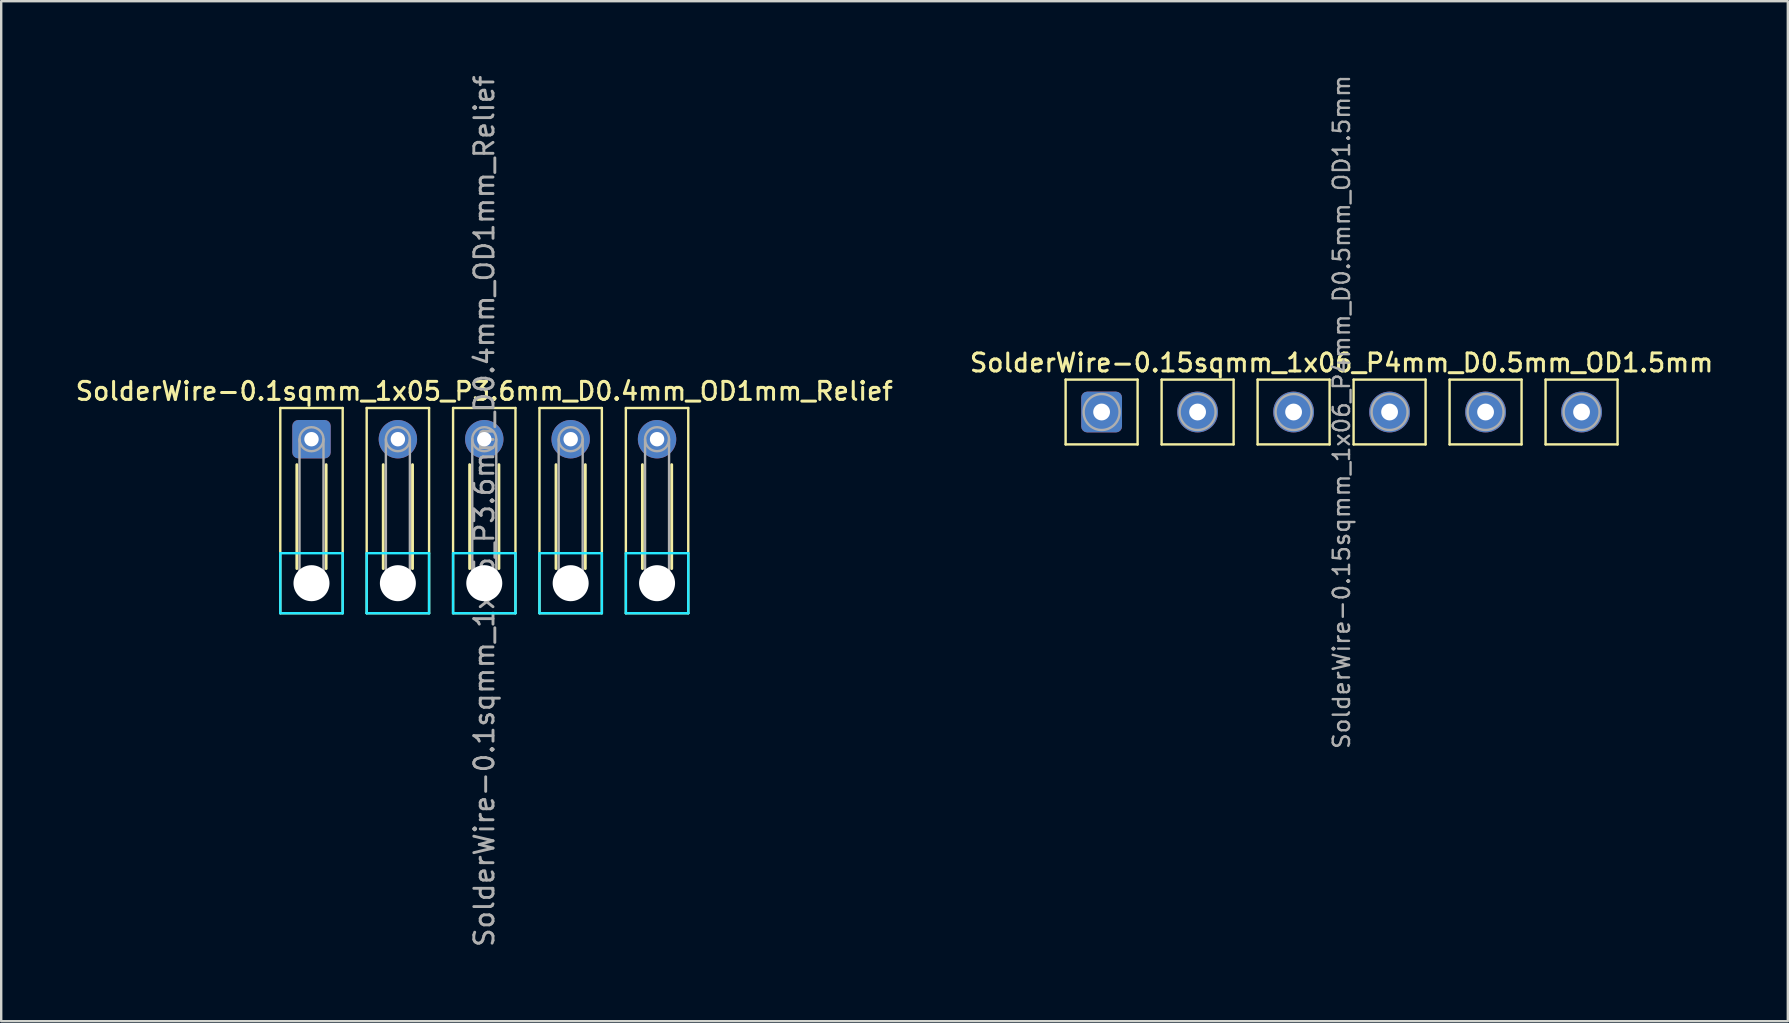
<source format=kicad_pcb>
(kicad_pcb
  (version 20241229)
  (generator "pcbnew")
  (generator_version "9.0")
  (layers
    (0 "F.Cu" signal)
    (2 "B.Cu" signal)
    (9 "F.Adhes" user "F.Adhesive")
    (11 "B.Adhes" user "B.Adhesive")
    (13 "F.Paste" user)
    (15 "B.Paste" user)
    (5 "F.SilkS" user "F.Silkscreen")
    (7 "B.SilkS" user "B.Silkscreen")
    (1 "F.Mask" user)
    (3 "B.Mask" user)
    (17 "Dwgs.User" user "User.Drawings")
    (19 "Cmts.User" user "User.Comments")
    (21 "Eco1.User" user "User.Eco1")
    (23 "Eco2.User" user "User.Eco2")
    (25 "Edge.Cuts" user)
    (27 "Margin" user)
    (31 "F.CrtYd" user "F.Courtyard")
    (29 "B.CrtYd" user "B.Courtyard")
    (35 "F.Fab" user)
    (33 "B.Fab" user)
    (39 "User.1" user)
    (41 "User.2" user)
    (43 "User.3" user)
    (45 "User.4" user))
  (footprint "SolderWire-0.1sqmm_1x05_P3.6mm_D0.4mm_OD1mm_Relief"
    (layer "F.Cu")
    (at 9.93 15.252)
    (property "Reference" "SolderWire-0.1sqmm_1x05_P3.6mm_D0.4mm_OD1mm_Relief" (at 7.2 -2 0) (layer "F.SilkS") (effects (font (size 0.75 0.75) (thickness 0.125))))
    (attr exclude_from_pos_files exclude_from_bom)
    (fp_line (start -1.3 -1.3) (end -1.3 7.25) (stroke (width 0.1) (type solid)) (layer "F.SilkS"))
    (fp_line (start -1.3 7.25) (end 1.3 7.25) (stroke (width 0.1) (type solid)) (layer "F.SilkS"))
    (fp_line (start -0.61 1.06) (end -0.61 5.39) (stroke (width 0.12) (type solid)) (layer "F.SilkS"))
    (fp_line (start 0.61 1.06) (end 0.61 5.39) (stroke (width 0.12) (type solid)) (layer "F.SilkS"))
    (fp_line (start 1.3 -1.3) (end -1.3 -1.3) (stroke (width 0.1) (type solid)) (layer "F.SilkS"))
    (fp_line (start 1.3 7.25) (end 1.3 -1.3) (stroke (width 0.1) (type solid)) (layer "F.SilkS"))
    (fp_line (start 2.3 -1.3) (end 2.3 7.25) (stroke (width 0.1) (type solid)) (layer "F.SilkS"))
    (fp_line (start 2.3 7.25) (end 4.9 7.25) (stroke (width 0.1) (type solid)) (layer "F.SilkS"))
    (fp_line (start 2.99 1.06) (end 2.99 5.39) (stroke (width 0.12) (type solid)) (layer "F.SilkS"))
    (fp_line (start 4.21 1.06) (end 4.21 5.39) (stroke (width 0.12) (type solid)) (layer "F.SilkS"))
    (fp_line (start 4.9 -1.3) (end 2.3 -1.3) (stroke (width 0.1) (type solid)) (layer "F.SilkS"))
    (fp_line (start 4.9 7.25) (end 4.9 -1.3) (stroke (width 0.1) (type solid)) (layer "F.SilkS"))
    (fp_line (start 5.9 -1.3) (end 5.9 7.25) (stroke (width 0.1) (type solid)) (layer "F.SilkS"))
    (fp_line (start 5.9 7.25) (end 8.5 7.25) (stroke (width 0.1) (type solid)) (layer "F.SilkS"))
    (fp_line (start 6.59 1.06) (end 6.59 5.39) (stroke (width 0.12) (type solid)) (layer "F.SilkS"))
    (fp_line (start 7.81 1.06) (end 7.81 5.39) (stroke (width 0.12) (type solid)) (layer "F.SilkS"))
    (fp_line (start 8.5 -1.3) (end 5.9 -1.3) (stroke (width 0.1) (type solid)) (layer "F.SilkS"))
    (fp_line (start 8.5 7.25) (end 8.5 -1.3) (stroke (width 0.1) (type solid)) (layer "F.SilkS"))
    (fp_line (start 9.5 -1.3) (end 9.5 7.25) (stroke (width 0.1) (type solid)) (layer "F.SilkS"))
    (fp_line (start 9.5 7.25) (end 12.1 7.25) (stroke (width 0.1) (type solid)) (layer "F.SilkS"))
    (fp_line (start 10.19 1.06) (end 10.19 5.39) (stroke (width 0.12) (type solid)) (layer "F.SilkS"))
    (fp_line (start 11.41 1.06) (end 11.41 5.39) (stroke (width 0.12) (type solid)) (layer "F.SilkS"))
    (fp_line (start 12.1 -1.3) (end 9.5 -1.3) (stroke (width 0.1) (type solid)) (layer "F.SilkS"))
    (fp_line (start 12.1 7.25) (end 12.1 -1.3) (stroke (width 0.1) (type solid)) (layer "F.SilkS"))
    (fp_line (start 13.1 -1.3) (end 13.1 7.25) (stroke (width 0.1) (type solid)) (layer "F.SilkS"))
    (fp_line (start 13.1 7.25) (end 15.7 7.25) (stroke (width 0.1) (type solid)) (layer "F.SilkS"))
    (fp_line (start 13.79 1.06) (end 13.79 5.39) (stroke (width 0.12) (type solid)) (layer "F.SilkS"))
    (fp_line (start 15.01 1.06) (end 15.01 5.39) (stroke (width 0.12) (type solid)) (layer "F.SilkS"))
    (fp_line (start 15.7 -1.3) (end 13.1 -1.3) (stroke (width 0.1) (type solid)) (layer "F.SilkS"))
    (fp_line (start 15.7 7.25) (end 15.7 -1.3) (stroke (width 0.1) (type solid)) (layer "F.SilkS"))
    (fp_line (start -1.3 4.75) (end -1.3 7.25) (stroke (width 0.1) (type solid)) (layer "B.CrtYd"))
    (fp_line (start -1.3 7.25) (end 1.3 7.25) (stroke (width 0.1) (type solid)) (layer "B.CrtYd"))
    (fp_line (start 1.3 4.75) (end -1.3 4.75) (stroke (width 0.1) (type solid)) (layer "B.CrtYd"))
    (fp_line (start 1.3 7.25) (end 1.3 4.75) (stroke (width 0.1) (type solid)) (layer "B.CrtYd"))
    (fp_line (start 2.3 4.75) (end 2.3 7.25) (stroke (width 0.1) (type solid)) (layer "B.CrtYd"))
    (fp_line (start 2.3 7.25) (end 4.9 7.25) (stroke (width 0.1) (type solid)) (layer "B.CrtYd"))
    (fp_line (start 4.9 4.75) (end 2.3 4.75) (stroke (width 0.1) (type solid)) (layer "B.CrtYd"))
    (fp_line (start 4.9 7.25) (end 4.9 4.75) (stroke (width 0.1) (type solid)) (layer "B.CrtYd"))
    (fp_line (start 5.9 4.75) (end 5.9 7.25) (stroke (width 0.1) (type solid)) (layer "B.CrtYd"))
    (fp_line (start 5.9 7.25) (end 8.5 7.25) (stroke (width 0.1) (type solid)) (layer "B.CrtYd"))
    (fp_line (start 8.5 4.75) (end 5.9 4.75) (stroke (width 0.1) (type solid)) (layer "B.CrtYd"))
    (fp_line (start 8.5 7.25) (end 8.5 4.75) (stroke (width 0.1) (type solid)) (layer "B.CrtYd"))
    (fp_line (start 9.5 4.75) (end 9.5 7.25) (stroke (width 0.1) (type solid)) (layer "B.CrtYd"))
    (fp_line (start 9.5 7.25) (end 12.1 7.25) (stroke (width 0.1) (type solid)) (layer "B.CrtYd"))
    (fp_line (start 12.1 4.75) (end 9.5 4.75) (stroke (width 0.1) (type solid)) (layer "B.CrtYd"))
    (fp_line (start 12.1 7.25) (end 12.1 4.75) (stroke (width 0.1) (type solid)) (layer "B.CrtYd"))
    (fp_line (start 13.1 4.75) (end 13.1 7.25) (stroke (width 0.1) (type solid)) (layer "B.CrtYd"))
    (fp_line (start 13.1 7.25) (end 15.7 7.25) (stroke (width 0.1) (type solid)) (layer "B.CrtYd"))
    (fp_line (start 15.7 4.75) (end 13.1 4.75) (stroke (width 0.1) (type solid)) (layer "B.CrtYd"))
    (fp_line (start 15.7 7.25) (end 15.7 4.75) (stroke (width 0.1) (type solid)) (layer "B.CrtYd"))
    (fp_line (start -0.5 0) (end -0.5 6) (stroke (width 0.1) (type solid)) (layer "F.Fab"))
    (fp_line (start 0.5 0) (end 0.5 6) (stroke (width 0.1) (type solid)) (layer "F.Fab"))
    (fp_line (start 3.1 0) (end 3.1 6) (stroke (width 0.1) (type solid)) (layer "F.Fab"))
    (fp_line (start 4.1 0) (end 4.1 6) (stroke (width 0.1) (type solid)) (layer "F.Fab"))
    (fp_line (start 6.7 0) (end 6.7 6) (stroke (width 0.1) (type solid)) (layer "F.Fab"))
    (fp_line (start 7.7 0) (end 7.7 6) (stroke (width 0.1) (type solid)) (layer "F.Fab"))
    (fp_line (start 10.3 0) (end 10.3 6) (stroke (width 0.1) (type solid)) (layer "F.Fab"))
    (fp_line (start 11.3 0) (end 11.3 6) (stroke (width 0.1) (type solid)) (layer "F.Fab"))
    (fp_line (start 13.9 0) (end 13.9 6) (stroke (width 0.1) (type solid)) (layer "F.Fab"))
    (fp_line (start 14.9 0) (end 14.9 6) (stroke (width 0.1) (type solid)) (layer "F.Fab"))
    (fp_circle (center 0 0) (end 0.5 0) (stroke (width 0.1) (type solid)) (fill no) (layer "F.Fab"))
    (fp_circle (center 0 6) (end 0.5 6) (stroke (width 0.1) (type solid)) (fill no) (layer "F.Fab"))
    (fp_circle (center 3.6 0) (end 4.1 0) (stroke (width 0.1) (type solid)) (fill no) (layer "F.Fab"))
    (fp_circle (center 3.6 6) (end 4.1 6) (stroke (width 0.1) (type solid)) (fill no) (layer "F.Fab"))
    (fp_circle (center 7.2 0) (end 7.7 0) (stroke (width 0.1) (type solid)) (fill no) (layer "F.Fab"))
    (fp_circle (center 7.2 6) (end 7.7 6) (stroke (width 0.1) (type solid)) (fill no) (layer "F.Fab"))
    (fp_circle (center 10.8 0) (end 11.3 0) (stroke (width 0.1) (type solid)) (fill no) (layer "F.Fab"))
    (fp_circle (center 10.8 6) (end 11.3 6) (stroke (width 0.1) (type solid)) (fill no) (layer "F.Fab"))
    (fp_circle (center 14.4 0) (end 14.9 0) (stroke (width 0.1) (type solid)) (fill no) (layer "F.Fab"))
    (fp_circle (center 14.4 6) (end 14.9 6) (stroke (width 0.1) (type solid)) (fill no) (layer "F.Fab"))
    (fp_text user "${REFERENCE}" (at 7.2 3 90) (layer "F.Fab") (effects (font (size 0.8 0.8) (thickness 0.12))))
    (pad "" np_thru_hole circle (at 0 6) (size 1.5 1.5) (drill 1.5) (layers "*.Cu" "*.Mask"))
    (pad "" np_thru_hole circle (at 3.6 6) (size 1.5 1.5) (drill 1.5) (layers "*.Cu" "*.Mask"))
    (pad "" np_thru_hole circle (at 7.2 6) (size 1.5 1.5) (drill 1.5) (layers "*.Cu" "*.Mask"))
    (pad "" np_thru_hole circle (at 10.8 6) (size 1.5 1.5) (drill 1.5) (layers "*.Cu" "*.Mask"))
    (pad "" np_thru_hole circle (at 14.4 6) (size 1.5 1.5) (drill 1.5) (layers "*.Cu" "*.Mask"))
    (pad "1" thru_hole roundrect (at 0 0) (size 1.6 1.6) (drill 0.6) (layers "*.Cu" "*.Mask") (roundrect_rratio 0.156))
    (pad "2" thru_hole circle (at 3.6 0) (size 1.6 1.6) (drill 0.6) (layers "*.Cu" "*.Mask"))
    (pad "3" thru_hole circle (at 7.2 0) (size 1.6 1.6) (drill 0.6) (layers "*.Cu" "*.Mask"))
    (pad "4" thru_hole circle (at 10.8 0) (size 1.6 1.6) (drill 0.6) (layers "*.Cu" "*.Mask"))
    (pad "5" thru_hole circle (at 14.4 0) (size 1.6 1.6) (drill 0.6) (layers "*.Cu" "*.Mask")))
  (footprint "SolderWire-0.15sqmm_1x06_P4mm_D0.5mm_OD1.5mm"
    (layer "F.Cu")
    (at 42.855 14.119)
    (property "Reference" "SolderWire-0.15sqmm_1x06_P4mm_D0.5mm_OD1.5mm" (at 10 -2.05 0) (layer "F.SilkS") (effects (font (size 0.75 0.75) (thickness 0.125))))
    (attr exclude_from_pos_files exclude_from_bom)
    (fp_line (start -1.5 -1.35) (end -1.5 1.35) (stroke (width 0.1) (type solid)) (layer "F.SilkS"))
    (fp_line (start -1.5 1.35) (end 1.5 1.35) (stroke (width 0.1) (type solid)) (layer "F.SilkS"))
    (fp_line (start 1.5 -1.35) (end -1.5 -1.35) (stroke (width 0.1) (type solid)) (layer "F.SilkS"))
    (fp_line (start 1.5 1.35) (end 1.5 -1.35) (stroke (width 0.1) (type solid)) (layer "F.SilkS"))
    (fp_line (start 2.5 -1.35) (end 2.5 1.35) (stroke (width 0.1) (type solid)) (layer "F.SilkS"))
    (fp_line (start 2.5 1.35) (end 5.5 1.35) (stroke (width 0.1) (type solid)) (layer "F.SilkS"))
    (fp_line (start 5.5 -1.35) (end 2.5 -1.35) (stroke (width 0.1) (type solid)) (layer "F.SilkS"))
    (fp_line (start 5.5 1.35) (end 5.5 -1.35) (stroke (width 0.1) (type solid)) (layer "F.SilkS"))
    (fp_line (start 6.5 -1.35) (end 6.5 1.35) (stroke (width 0.1) (type solid)) (layer "F.SilkS"))
    (fp_line (start 6.5 1.35) (end 9.5 1.35) (stroke (width 0.1) (type solid)) (layer "F.SilkS"))
    (fp_line (start 9.5 -1.35) (end 6.5 -1.35) (stroke (width 0.1) (type solid)) (layer "F.SilkS"))
    (fp_line (start 9.5 1.35) (end 9.5 -1.35) (stroke (width 0.1) (type solid)) (layer "F.SilkS"))
    (fp_line (start 10.5 -1.35) (end 10.5 1.35) (stroke (width 0.1) (type solid)) (layer "F.SilkS"))
    (fp_line (start 10.5 1.35) (end 13.5 1.35) (stroke (width 0.1) (type solid)) (layer "F.SilkS"))
    (fp_line (start 13.5 -1.35) (end 10.5 -1.35) (stroke (width 0.1) (type solid)) (layer "F.SilkS"))
    (fp_line (start 13.5 1.35) (end 13.5 -1.35) (stroke (width 0.1) (type solid)) (layer "F.SilkS"))
    (fp_line (start 14.5 -1.35) (end 14.5 1.35) (stroke (width 0.1) (type solid)) (layer "F.SilkS"))
    (fp_line (start 14.5 1.35) (end 17.5 1.35) (stroke (width 0.1) (type solid)) (layer "F.SilkS"))
    (fp_line (start 17.5 -1.35) (end 14.5 -1.35) (stroke (width 0.1) (type solid)) (layer "F.SilkS"))
    (fp_line (start 17.5 1.35) (end 17.5 -1.35) (stroke (width 0.1) (type solid)) (layer "F.SilkS"))
    (fp_line (start 18.5 -1.35) (end 18.5 1.35) (stroke (width 0.1) (type solid)) (layer "F.SilkS"))
    (fp_line (start 18.5 1.35) (end 21.5 1.35) (stroke (width 0.1) (type solid)) (layer "F.SilkS"))
    (fp_line (start 21.5 -1.35) (end 18.5 -1.35) (stroke (width 0.1) (type solid)) (layer "F.SilkS"))
    (fp_line (start 21.5 1.35) (end 21.5 -1.35) (stroke (width 0.1) (type solid)) (layer "F.SilkS"))
    (fp_circle (center 0 0) (end 0.75 0) (stroke (width 0.1) (type solid)) (fill no) (layer "F.Fab"))
    (fp_circle (center 4 0) (end 4.75 0) (stroke (width 0.1) (type solid)) (fill no) (layer "F.Fab"))
    (fp_circle (center 8 0) (end 8.75 0) (stroke (width 0.1) (type solid)) (fill no) (layer "F.Fab"))
    (fp_circle (center 12 0) (end 12.75 0) (stroke (width 0.1) (type solid)) (fill no) (layer "F.Fab"))
    (fp_circle (center 16 0) (end 16.75 0) (stroke (width 0.1) (type solid)) (fill no) (layer "F.Fab"))
    (fp_circle (center 20 0) (end 20.75 0) (stroke (width 0.1) (type solid)) (fill no) (layer "F.Fab"))
    (fp_text user "${REFERENCE}" (at 10 0 90) (layer "F.Fab") (effects (font (size 0.68 0.68) (thickness 0.1))))
    (pad "1" thru_hole roundrect (at 0 0) (size 1.7 1.7) (drill 0.7) (layers "*.Cu" "*.Mask") (roundrect_rratio 0.147))
    (pad "2" thru_hole circle (at 4 0) (size 1.7 1.7) (drill 0.7) (layers "*.Cu" "*.Mask"))
    (pad "3" thru_hole circle (at 8 0) (size 1.7 1.7) (drill 0.7) (layers "*.Cu" "*.Mask"))
    (pad "4" thru_hole circle (at 12 0) (size 1.7 1.7) (drill 0.7) (layers "*.Cu" "*.Mask"))
    (pad "5" thru_hole circle (at 16 0) (size 1.7 1.7) (drill 0.7) (layers "*.Cu" "*.Mask"))
    (pad "6" thru_hole circle (at 20 0) (size 1.7 1.7) (drill 0.7) (layers "*.Cu" "*.Mask")))
  (gr_rect
    (start -3 -3)
    (end 71.45 39.505)
    (stroke (width 0.1) (type default))
    (fill no)
    (layer "Edge.Cuts")))
</source>
